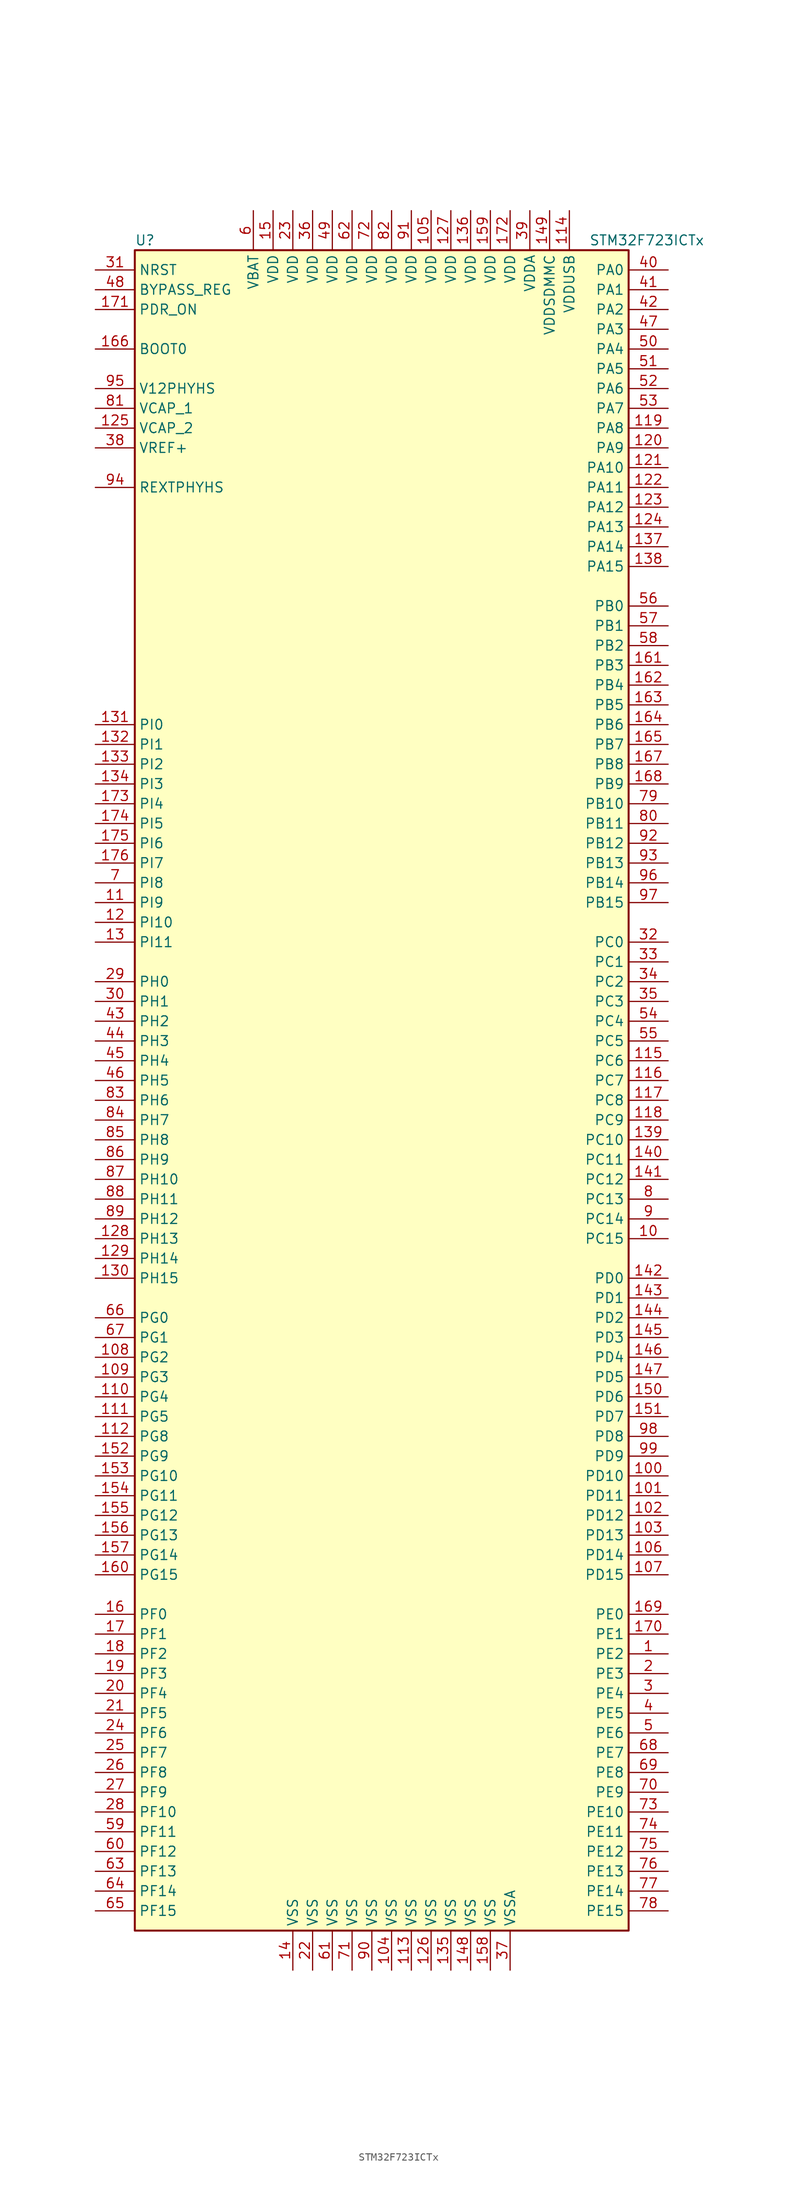
<source format=kicad_sym>
(kicad_symbol_lib
  (version 20201005)
  (generator kicad_symbol_editor)
  (symbol "MCU_ST_STM32F7:STM32F723ICTx"
    (property "Reference" "U"
      (at -33.02 107.95 0)
      (effects (font (size 1.27 1.27)) (justify left)))
    (property "Value" "STM32F723ICTx"
      (at 25.4 107.95 0)
      (effects (font (size 1.27 1.27)) (justify left)))
    (symbol "STM32F723ICTx_0_1"
      (rectangle (start -33.02 -109.22) (end 30.48 106.68) (stroke (width 0.254)) (fill (type background))))
    (symbol "STM32F723ICTx_1_1"
      (pin input line (at -38.1 93.98 0) (length 5.08) (name "BOOT0" (effects (font (size 1.27 1.27)))) (number "166" (effects (font (size 1.27 1.27)))))
      (pin input line (at -38.1 101.6 0) (length 5.08) (name "BYPASS_REG" (effects (font (size 1.27 1.27)))) (number "48" (effects (font (size 1.27 1.27)))))
      (pin input line (at -38.1 104.14 0) (length 5.08) (name "NRST" (effects (font (size 1.27 1.27)))) (number "31" (effects (font (size 1.27 1.27)))))
      (pin bidirectional line (at 35.56 104.14 180) (length 5.08) (name "PA0" (effects (font (size 1.27 1.27)))) (number "40" (effects (font (size 1.27 1.27)))))
      (pin bidirectional line (at 35.56 101.6 180) (length 5.08) (name "PA1" (effects (font (size 1.27 1.27)))) (number "41" (effects (font (size 1.27 1.27)))))
      (pin bidirectional line (at 35.56 78.74 180) (length 5.08) (name "PA10" (effects (font (size 1.27 1.27)))) (number "121" (effects (font (size 1.27 1.27)))))
      (pin bidirectional line (at 35.56 76.2 180) (length 5.08) (name "PA11" (effects (font (size 1.27 1.27)))) (number "122" (effects (font (size 1.27 1.27)))))
      (pin bidirectional line (at 35.56 73.66 180) (length 5.08) (name "PA12" (effects (font (size 1.27 1.27)))) (number "123" (effects (font (size 1.27 1.27)))))
      (pin bidirectional line (at 35.56 71.12 180) (length 5.08) (name "PA13" (effects (font (size 1.27 1.27)))) (number "124" (effects (font (size 1.27 1.27)))))
      (pin bidirectional line (at 35.56 68.58 180) (length 5.08) (name "PA14" (effects (font (size 1.27 1.27)))) (number "137" (effects (font (size 1.27 1.27)))))
      (pin bidirectional line (at 35.56 66.04 180) (length 5.08) (name "PA15" (effects (font (size 1.27 1.27)))) (number "138" (effects (font (size 1.27 1.27)))))
      (pin bidirectional line (at 35.56 99.06 180) (length 5.08) (name "PA2" (effects (font (size 1.27 1.27)))) (number "42" (effects (font (size 1.27 1.27)))))
      (pin bidirectional line (at 35.56 96.52 180) (length 5.08) (name "PA3" (effects (font (size 1.27 1.27)))) (number "47" (effects (font (size 1.27 1.27)))))
      (pin bidirectional line (at 35.56 93.98 180) (length 5.08) (name "PA4" (effects (font (size 1.27 1.27)))) (number "50" (effects (font (size 1.27 1.27)))))
      (pin bidirectional line (at 35.56 91.44 180) (length 5.08) (name "PA5" (effects (font (size 1.27 1.27)))) (number "51" (effects (font (size 1.27 1.27)))))
      (pin bidirectional line (at 35.56 88.9 180) (length 5.08) (name "PA6" (effects (font (size 1.27 1.27)))) (number "52" (effects (font (size 1.27 1.27)))))
      (pin bidirectional line (at 35.56 86.36 180) (length 5.08) (name "PA7" (effects (font (size 1.27 1.27)))) (number "53" (effects (font (size 1.27 1.27)))))
      (pin bidirectional line (at 35.56 83.82 180) (length 5.08) (name "PA8" (effects (font (size 1.27 1.27)))) (number "119" (effects (font (size 1.27 1.27)))))
      (pin bidirectional line (at 35.56 81.28 180) (length 5.08) (name "PA9" (effects (font (size 1.27 1.27)))) (number "120" (effects (font (size 1.27 1.27)))))
      (pin bidirectional line (at 35.56 60.96 180) (length 5.08) (name "PB0" (effects (font (size 1.27 1.27)))) (number "56" (effects (font (size 1.27 1.27)))))
      (pin bidirectional line (at 35.56 58.42 180) (length 5.08) (name "PB1" (effects (font (size 1.27 1.27)))) (number "57" (effects (font (size 1.27 1.27)))))
      (pin bidirectional line (at 35.56 35.56 180) (length 5.08) (name "PB10" (effects (font (size 1.27 1.27)))) (number "79" (effects (font (size 1.27 1.27)))))
      (pin bidirectional line (at 35.56 33.02 180) (length 5.08) (name "PB11" (effects (font (size 1.27 1.27)))) (number "80" (effects (font (size 1.27 1.27)))))
      (pin bidirectional line (at 35.56 30.48 180) (length 5.08) (name "PB12" (effects (font (size 1.27 1.27)))) (number "92" (effects (font (size 1.27 1.27)))))
      (pin bidirectional line (at 35.56 27.94 180) (length 5.08) (name "PB13" (effects (font (size 1.27 1.27)))) (number "93" (effects (font (size 1.27 1.27)))))
      (pin bidirectional line (at 35.56 25.4 180) (length 5.08) (name "PB14" (effects (font (size 1.27 1.27)))) (number "96" (effects (font (size 1.27 1.27)))))
      (pin bidirectional line (at 35.56 22.86 180) (length 5.08) (name "PB15" (effects (font (size 1.27 1.27)))) (number "97" (effects (font (size 1.27 1.27)))))
      (pin bidirectional line (at 35.56 55.88 180) (length 5.08) (name "PB2" (effects (font (size 1.27 1.27)))) (number "58" (effects (font (size 1.27 1.27)))))
      (pin bidirectional line (at 35.56 53.34 180) (length 5.08) (name "PB3" (effects (font (size 1.27 1.27)))) (number "161" (effects (font (size 1.27 1.27)))))
      (pin bidirectional line (at 35.56 50.8 180) (length 5.08) (name "PB4" (effects (font (size 1.27 1.27)))) (number "162" (effects (font (size 1.27 1.27)))))
      (pin bidirectional line (at 35.56 48.26 180) (length 5.08) (name "PB5" (effects (font (size 1.27 1.27)))) (number "163" (effects (font (size 1.27 1.27)))))
      (pin bidirectional line (at 35.56 45.72 180) (length 5.08) (name "PB6" (effects (font (size 1.27 1.27)))) (number "164" (effects (font (size 1.27 1.27)))))
      (pin bidirectional line (at 35.56 43.18 180) (length 5.08) (name "PB7" (effects (font (size 1.27 1.27)))) (number "165" (effects (font (size 1.27 1.27)))))
      (pin bidirectional line (at 35.56 40.64 180) (length 5.08) (name "PB8" (effects (font (size 1.27 1.27)))) (number "167" (effects (font (size 1.27 1.27)))))
      (pin bidirectional line (at 35.56 38.1 180) (length 5.08) (name "PB9" (effects (font (size 1.27 1.27)))) (number "168" (effects (font (size 1.27 1.27)))))
      (pin bidirectional line (at 35.56 17.78 180) (length 5.08) (name "PC0" (effects (font (size 1.27 1.27)))) (number "32" (effects (font (size 1.27 1.27)))))
      (pin bidirectional line (at 35.56 15.24 180) (length 5.08) (name "PC1" (effects (font (size 1.27 1.27)))) (number "33" (effects (font (size 1.27 1.27)))))
      (pin bidirectional line (at 35.56 -7.62 180) (length 5.08) (name "PC10" (effects (font (size 1.27 1.27)))) (number "139" (effects (font (size 1.27 1.27)))))
      (pin bidirectional line (at 35.56 -10.16 180) (length 5.08) (name "PC11" (effects (font (size 1.27 1.27)))) (number "140" (effects (font (size 1.27 1.27)))))
      (pin bidirectional line (at 35.56 -12.7 180) (length 5.08) (name "PC12" (effects (font (size 1.27 1.27)))) (number "141" (effects (font (size 1.27 1.27)))))
      (pin bidirectional line (at 35.56 -15.24 180) (length 5.08) (name "PC13" (effects (font (size 1.27 1.27)))) (number "8" (effects (font (size 1.27 1.27)))))
      (pin bidirectional line (at 35.56 -17.78 180) (length 5.08) (name "PC14" (effects (font (size 1.27 1.27)))) (number "9" (effects (font (size 1.27 1.27)))))
      (pin bidirectional line (at 35.56 -20.32 180) (length 5.08) (name "PC15" (effects (font (size 1.27 1.27)))) (number "10" (effects (font (size 1.27 1.27)))))
      (pin bidirectional line (at 35.56 12.7 180) (length 5.08) (name "PC2" (effects (font (size 1.27 1.27)))) (number "34" (effects (font (size 1.27 1.27)))))
      (pin bidirectional line (at 35.56 10.16 180) (length 5.08) (name "PC3" (effects (font (size 1.27 1.27)))) (number "35" (effects (font (size 1.27 1.27)))))
      (pin bidirectional line (at 35.56 7.62 180) (length 5.08) (name "PC4" (effects (font (size 1.27 1.27)))) (number "54" (effects (font (size 1.27 1.27)))))
      (pin bidirectional line (at 35.56 5.08 180) (length 5.08) (name "PC5" (effects (font (size 1.27 1.27)))) (number "55" (effects (font (size 1.27 1.27)))))
      (pin bidirectional line (at 35.56 2.54 180) (length 5.08) (name "PC6" (effects (font (size 1.27 1.27)))) (number "115" (effects (font (size 1.27 1.27)))))
      (pin bidirectional line (at 35.56 0 180) (length 5.08) (name "PC7" (effects (font (size 1.27 1.27)))) (number "116" (effects (font (size 1.27 1.27)))))
      (pin bidirectional line (at 35.56 -2.54 180) (length 5.08) (name "PC8" (effects (font (size 1.27 1.27)))) (number "117" (effects (font (size 1.27 1.27)))))
      (pin bidirectional line (at 35.56 -5.08 180) (length 5.08) (name "PC9" (effects (font (size 1.27 1.27)))) (number "118" (effects (font (size 1.27 1.27)))))
      (pin bidirectional line (at 35.56 -25.4 180) (length 5.08) (name "PD0" (effects (font (size 1.27 1.27)))) (number "142" (effects (font (size 1.27 1.27)))))
      (pin bidirectional line (at 35.56 -27.94 180) (length 5.08) (name "PD1" (effects (font (size 1.27 1.27)))) (number "143" (effects (font (size 1.27 1.27)))))
      (pin bidirectional line (at 35.56 -50.8 180) (length 5.08) (name "PD10" (effects (font (size 1.27 1.27)))) (number "100" (effects (font (size 1.27 1.27)))))
      (pin bidirectional line (at 35.56 -53.34 180) (length 5.08) (name "PD11" (effects (font (size 1.27 1.27)))) (number "101" (effects (font (size 1.27 1.27)))))
      (pin bidirectional line (at 35.56 -55.88 180) (length 5.08) (name "PD12" (effects (font (size 1.27 1.27)))) (number "102" (effects (font (size 1.27 1.27)))))
      (pin bidirectional line (at 35.56 -58.42 180) (length 5.08) (name "PD13" (effects (font (size 1.27 1.27)))) (number "103" (effects (font (size 1.27 1.27)))))
      (pin bidirectional line (at 35.56 -60.96 180) (length 5.08) (name "PD14" (effects (font (size 1.27 1.27)))) (number "106" (effects (font (size 1.27 1.27)))))
      (pin bidirectional line (at 35.56 -63.5 180) (length 5.08) (name "PD15" (effects (font (size 1.27 1.27)))) (number "107" (effects (font (size 1.27 1.27)))))
      (pin bidirectional line (at 35.56 -30.48 180) (length 5.08) (name "PD2" (effects (font (size 1.27 1.27)))) (number "144" (effects (font (size 1.27 1.27)))))
      (pin bidirectional line (at 35.56 -33.02 180) (length 5.08) (name "PD3" (effects (font (size 1.27 1.27)))) (number "145" (effects (font (size 1.27 1.27)))))
      (pin bidirectional line (at 35.56 -35.56 180) (length 5.08) (name "PD4" (effects (font (size 1.27 1.27)))) (number "146" (effects (font (size 1.27 1.27)))))
      (pin bidirectional line (at 35.56 -38.1 180) (length 5.08) (name "PD5" (effects (font (size 1.27 1.27)))) (number "147" (effects (font (size 1.27 1.27)))))
      (pin bidirectional line (at 35.56 -40.64 180) (length 5.08) (name "PD6" (effects (font (size 1.27 1.27)))) (number "150" (effects (font (size 1.27 1.27)))))
      (pin bidirectional line (at 35.56 -43.18 180) (length 5.08) (name "PD7" (effects (font (size 1.27 1.27)))) (number "151" (effects (font (size 1.27 1.27)))))
      (pin bidirectional line (at 35.56 -45.72 180) (length 5.08) (name "PD8" (effects (font (size 1.27 1.27)))) (number "98" (effects (font (size 1.27 1.27)))))
      (pin bidirectional line (at 35.56 -48.26 180) (length 5.08) (name "PD9" (effects (font (size 1.27 1.27)))) (number "99" (effects (font (size 1.27 1.27)))))
      (pin input line (at -38.1 99.06 0) (length 5.08) (name "PDR_ON" (effects (font (size 1.27 1.27)))) (number "171" (effects (font (size 1.27 1.27)))))
      (pin bidirectional line (at 35.56 -68.58 180) (length 5.08) (name "PE0" (effects (font (size 1.27 1.27)))) (number "169" (effects (font (size 1.27 1.27)))))
      (pin bidirectional line (at 35.56 -71.12 180) (length 5.08) (name "PE1" (effects (font (size 1.27 1.27)))) (number "170" (effects (font (size 1.27 1.27)))))
      (pin bidirectional line (at 35.56 -93.98 180) (length 5.08) (name "PE10" (effects (font (size 1.27 1.27)))) (number "73" (effects (font (size 1.27 1.27)))))
      (pin bidirectional line (at 35.56 -96.52 180) (length 5.08) (name "PE11" (effects (font (size 1.27 1.27)))) (number "74" (effects (font (size 1.27 1.27)))))
      (pin bidirectional line (at 35.56 -99.06 180) (length 5.08) (name "PE12" (effects (font (size 1.27 1.27)))) (number "75" (effects (font (size 1.27 1.27)))))
      (pin bidirectional line (at 35.56 -101.6 180) (length 5.08) (name "PE13" (effects (font (size 1.27 1.27)))) (number "76" (effects (font (size 1.27 1.27)))))
      (pin bidirectional line (at 35.56 -104.14 180) (length 5.08) (name "PE14" (effects (font (size 1.27 1.27)))) (number "77" (effects (font (size 1.27 1.27)))))
      (pin bidirectional line (at 35.56 -106.68 180) (length 5.08) (name "PE15" (effects (font (size 1.27 1.27)))) (number "78" (effects (font (size 1.27 1.27)))))
      (pin bidirectional line (at 35.56 -73.66 180) (length 5.08) (name "PE2" (effects (font (size 1.27 1.27)))) (number "1" (effects (font (size 1.27 1.27)))))
      (pin bidirectional line (at 35.56 -76.2 180) (length 5.08) (name "PE3" (effects (font (size 1.27 1.27)))) (number "2" (effects (font (size 1.27 1.27)))))
      (pin bidirectional line (at 35.56 -78.74 180) (length 5.08) (name "PE4" (effects (font (size 1.27 1.27)))) (number "3" (effects (font (size 1.27 1.27)))))
      (pin bidirectional line (at 35.56 -81.28 180) (length 5.08) (name "PE5" (effects (font (size 1.27 1.27)))) (number "4" (effects (font (size 1.27 1.27)))))
      (pin bidirectional line (at 35.56 -83.82 180) (length 5.08) (name "PE6" (effects (font (size 1.27 1.27)))) (number "5" (effects (font (size 1.27 1.27)))))
      (pin bidirectional line (at 35.56 -86.36 180) (length 5.08) (name "PE7" (effects (font (size 1.27 1.27)))) (number "68" (effects (font (size 1.27 1.27)))))
      (pin bidirectional line (at 35.56 -88.9 180) (length 5.08) (name "PE8" (effects (font (size 1.27 1.27)))) (number "69" (effects (font (size 1.27 1.27)))))
      (pin bidirectional line (at 35.56 -91.44 180) (length 5.08) (name "PE9" (effects (font (size 1.27 1.27)))) (number "70" (effects (font (size 1.27 1.27)))))
      (pin bidirectional line (at -38.1 -68.58 0) (length 5.08) (name "PF0" (effects (font (size 1.27 1.27)))) (number "16" (effects (font (size 1.27 1.27)))))
      (pin bidirectional line (at -38.1 -71.12 0) (length 5.08) (name "PF1" (effects (font (size 1.27 1.27)))) (number "17" (effects (font (size 1.27 1.27)))))
      (pin bidirectional line (at -38.1 -93.98 0) (length 5.08) (name "PF10" (effects (font (size 1.27 1.27)))) (number "28" (effects (font (size 1.27 1.27)))))
      (pin bidirectional line (at -38.1 -96.52 0) (length 5.08) (name "PF11" (effects (font (size 1.27 1.27)))) (number "59" (effects (font (size 1.27 1.27)))))
      (pin bidirectional line (at -38.1 -99.06 0) (length 5.08) (name "PF12" (effects (font (size 1.27 1.27)))) (number "60" (effects (font (size 1.27 1.27)))))
      (pin bidirectional line (at -38.1 -101.6 0) (length 5.08) (name "PF13" (effects (font (size 1.27 1.27)))) (number "63" (effects (font (size 1.27 1.27)))))
      (pin bidirectional line (at -38.1 -104.14 0) (length 5.08) (name "PF14" (effects (font (size 1.27 1.27)))) (number "64" (effects (font (size 1.27 1.27)))))
      (pin bidirectional line (at -38.1 -106.68 0) (length 5.08) (name "PF15" (effects (font (size 1.27 1.27)))) (number "65" (effects (font (size 1.27 1.27)))))
      (pin bidirectional line (at -38.1 -73.66 0) (length 5.08) (name "PF2" (effects (font (size 1.27 1.27)))) (number "18" (effects (font (size 1.27 1.27)))))
      (pin bidirectional line (at -38.1 -76.2 0) (length 5.08) (name "PF3" (effects (font (size 1.27 1.27)))) (number "19" (effects (font (size 1.27 1.27)))))
      (pin bidirectional line (at -38.1 -78.74 0) (length 5.08) (name "PF4" (effects (font (size 1.27 1.27)))) (number "20" (effects (font (size 1.27 1.27)))))
      (pin bidirectional line (at -38.1 -81.28 0) (length 5.08) (name "PF5" (effects (font (size 1.27 1.27)))) (number "21" (effects (font (size 1.27 1.27)))))
      (pin bidirectional line (at -38.1 -83.82 0) (length 5.08) (name "PF6" (effects (font (size 1.27 1.27)))) (number "24" (effects (font (size 1.27 1.27)))))
      (pin bidirectional line (at -38.1 -86.36 0) (length 5.08) (name "PF7" (effects (font (size 1.27 1.27)))) (number "25" (effects (font (size 1.27 1.27)))))
      (pin bidirectional line (at -38.1 -88.9 0) (length 5.08) (name "PF8" (effects (font (size 1.27 1.27)))) (number "26" (effects (font (size 1.27 1.27)))))
      (pin bidirectional line (at -38.1 -91.44 0) (length 5.08) (name "PF9" (effects (font (size 1.27 1.27)))) (number "27" (effects (font (size 1.27 1.27)))))
      (pin bidirectional line (at -38.1 -30.48 0) (length 5.08) (name "PG0" (effects (font (size 1.27 1.27)))) (number "66" (effects (font (size 1.27 1.27)))))
      (pin bidirectional line (at -38.1 -33.02 0) (length 5.08) (name "PG1" (effects (font (size 1.27 1.27)))) (number "67" (effects (font (size 1.27 1.27)))))
      (pin bidirectional line (at -38.1 -50.8 0) (length 5.08) (name "PG10" (effects (font (size 1.27 1.27)))) (number "153" (effects (font (size 1.27 1.27)))))
      (pin bidirectional line (at -38.1 -53.34 0) (length 5.08) (name "PG11" (effects (font (size 1.27 1.27)))) (number "154" (effects (font (size 1.27 1.27)))))
      (pin bidirectional line (at -38.1 -55.88 0) (length 5.08) (name "PG12" (effects (font (size 1.27 1.27)))) (number "155" (effects (font (size 1.27 1.27)))))
      (pin bidirectional line (at -38.1 -58.42 0) (length 5.08) (name "PG13" (effects (font (size 1.27 1.27)))) (number "156" (effects (font (size 1.27 1.27)))))
      (pin bidirectional line (at -38.1 -60.96 0) (length 5.08) (name "PG14" (effects (font (size 1.27 1.27)))) (number "157" (effects (font (size 1.27 1.27)))))
      (pin bidirectional line (at -38.1 -63.5 0) (length 5.08) (name "PG15" (effects (font (size 1.27 1.27)))) (number "160" (effects (font (size 1.27 1.27)))))
      (pin bidirectional line (at -38.1 -35.56 0) (length 5.08) (name "PG2" (effects (font (size 1.27 1.27)))) (number "108" (effects (font (size 1.27 1.27)))))
      (pin bidirectional line (at -38.1 -38.1 0) (length 5.08) (name "PG3" (effects (font (size 1.27 1.27)))) (number "109" (effects (font (size 1.27 1.27)))))
      (pin bidirectional line (at -38.1 -40.64 0) (length 5.08) (name "PG4" (effects (font (size 1.27 1.27)))) (number "110" (effects (font (size 1.27 1.27)))))
      (pin bidirectional line (at -38.1 -43.18 0) (length 5.08) (name "PG5" (effects (font (size 1.27 1.27)))) (number "111" (effects (font (size 1.27 1.27)))))
      (pin bidirectional line (at -38.1 -45.72 0) (length 5.08) (name "PG8" (effects (font (size 1.27 1.27)))) (number "112" (effects (font (size 1.27 1.27)))))
      (pin bidirectional line (at -38.1 -48.26 0) (length 5.08) (name "PG9" (effects (font (size 1.27 1.27)))) (number "152" (effects (font (size 1.27 1.27)))))
      (pin input line (at -38.1 12.7 0) (length 5.08) (name "PH0" (effects (font (size 1.27 1.27)))) (number "29" (effects (font (size 1.27 1.27)))))
      (pin input line (at -38.1 10.16 0) (length 5.08) (name "PH1" (effects (font (size 1.27 1.27)))) (number "30" (effects (font (size 1.27 1.27)))))
      (pin bidirectional line (at -38.1 -12.7 0) (length 5.08) (name "PH10" (effects (font (size 1.27 1.27)))) (number "87" (effects (font (size 1.27 1.27)))))
      (pin bidirectional line (at -38.1 -15.24 0) (length 5.08) (name "PH11" (effects (font (size 1.27 1.27)))) (number "88" (effects (font (size 1.27 1.27)))))
      (pin bidirectional line (at -38.1 -17.78 0) (length 5.08) (name "PH12" (effects (font (size 1.27 1.27)))) (number "89" (effects (font (size 1.27 1.27)))))
      (pin bidirectional line (at -38.1 -20.32 0) (length 5.08) (name "PH13" (effects (font (size 1.27 1.27)))) (number "128" (effects (font (size 1.27 1.27)))))
      (pin bidirectional line (at -38.1 -22.86 0) (length 5.08) (name "PH14" (effects (font (size 1.27 1.27)))) (number "129" (effects (font (size 1.27 1.27)))))
      (pin bidirectional line (at -38.1 -25.4 0) (length 5.08) (name "PH15" (effects (font (size 1.27 1.27)))) (number "130" (effects (font (size 1.27 1.27)))))
      (pin bidirectional line (at -38.1 7.62 0) (length 5.08) (name "PH2" (effects (font (size 1.27 1.27)))) (number "43" (effects (font (size 1.27 1.27)))))
      (pin bidirectional line (at -38.1 5.08 0) (length 5.08) (name "PH3" (effects (font (size 1.27 1.27)))) (number "44" (effects (font (size 1.27 1.27)))))
      (pin bidirectional line (at -38.1 2.54 0) (length 5.08) (name "PH4" (effects (font (size 1.27 1.27)))) (number "45" (effects (font (size 1.27 1.27)))))
      (pin bidirectional line (at -38.1 0 0) (length 5.08) (name "PH5" (effects (font (size 1.27 1.27)))) (number "46" (effects (font (size 1.27 1.27)))))
      (pin bidirectional line (at -38.1 -2.54 0) (length 5.08) (name "PH6" (effects (font (size 1.27 1.27)))) (number "83" (effects (font (size 1.27 1.27)))))
      (pin bidirectional line (at -38.1 -5.08 0) (length 5.08) (name "PH7" (effects (font (size 1.27 1.27)))) (number "84" (effects (font (size 1.27 1.27)))))
      (pin bidirectional line (at -38.1 -7.62 0) (length 5.08) (name "PH8" (effects (font (size 1.27 1.27)))) (number "85" (effects (font (size 1.27 1.27)))))
      (pin bidirectional line (at -38.1 -10.16 0) (length 5.08) (name "PH9" (effects (font (size 1.27 1.27)))) (number "86" (effects (font (size 1.27 1.27)))))
      (pin bidirectional line (at -38.1 45.72 0) (length 5.08) (name "PI0" (effects (font (size 1.27 1.27)))) (number "131" (effects (font (size 1.27 1.27)))))
      (pin bidirectional line (at -38.1 43.18 0) (length 5.08) (name "PI1" (effects (font (size 1.27 1.27)))) (number "132" (effects (font (size 1.27 1.27)))))
      (pin bidirectional line (at -38.1 20.32 0) (length 5.08) (name "PI10" (effects (font (size 1.27 1.27)))) (number "12" (effects (font (size 1.27 1.27)))))
      (pin bidirectional line (at -38.1 17.78 0) (length 5.08) (name "PI11" (effects (font (size 1.27 1.27)))) (number "13" (effects (font (size 1.27 1.27)))))
      (pin bidirectional line (at -38.1 40.64 0) (length 5.08) (name "PI2" (effects (font (size 1.27 1.27)))) (number "133" (effects (font (size 1.27 1.27)))))
      (pin bidirectional line (at -38.1 38.1 0) (length 5.08) (name "PI3" (effects (font (size 1.27 1.27)))) (number "134" (effects (font (size 1.27 1.27)))))
      (pin bidirectional line (at -38.1 35.56 0) (length 5.08) (name "PI4" (effects (font (size 1.27 1.27)))) (number "173" (effects (font (size 1.27 1.27)))))
      (pin bidirectional line (at -38.1 33.02 0) (length 5.08) (name "PI5" (effects (font (size 1.27 1.27)))) (number "174" (effects (font (size 1.27 1.27)))))
      (pin bidirectional line (at -38.1 30.48 0) (length 5.08) (name "PI6" (effects (font (size 1.27 1.27)))) (number "175" (effects (font (size 1.27 1.27)))))
      (pin bidirectional line (at -38.1 27.94 0) (length 5.08) (name "PI7" (effects (font (size 1.27 1.27)))) (number "176" (effects (font (size 1.27 1.27)))))
      (pin bidirectional line (at -38.1 25.4 0) (length 5.08) (name "PI8" (effects (font (size 1.27 1.27)))) (number "7" (effects (font (size 1.27 1.27)))))
      (pin bidirectional line (at -38.1 22.86 0) (length 5.08) (name "PI9" (effects (font (size 1.27 1.27)))) (number "11" (effects (font (size 1.27 1.27)))))
      (pin bidirectional line (at -38.1 76.2 0) (length 5.08) (name "REXTPHYHS" (effects (font (size 1.27 1.27)))) (number "94" (effects (font (size 1.27 1.27)))))
      (pin power_in line (at -38.1 88.9 0) (length 5.08) (name "V12PHYHS" (effects (font (size 1.27 1.27)))) (number "95" (effects (font (size 1.27 1.27)))))
      (pin power_in line (at -17.78 111.76 270) (length 5.08) (name "VBAT" (effects (font (size 1.27 1.27)))) (number "6" (effects (font (size 1.27 1.27)))))
      (pin power_in line (at -38.1 86.36 0) (length 5.08) (name "VCAP_1" (effects (font (size 1.27 1.27)))) (number "81" (effects (font (size 1.27 1.27)))))
      (pin power_in line (at -38.1 83.82 0) (length 5.08) (name "VCAP_2" (effects (font (size 1.27 1.27)))) (number "125" (effects (font (size 1.27 1.27)))))
      (pin power_in line (at 5.08 111.76 270) (length 5.08) (name "VDD" (effects (font (size 1.27 1.27)))) (number "105" (effects (font (size 1.27 1.27)))))
      (pin power_in line (at 7.62 111.76 270) (length 5.08) (name "VDD" (effects (font (size 1.27 1.27)))) (number "127" (effects (font (size 1.27 1.27)))))
      (pin power_in line (at 10.16 111.76 270) (length 5.08) (name "VDD" (effects (font (size 1.27 1.27)))) (number "136" (effects (font (size 1.27 1.27)))))
      (pin power_in line (at -15.24 111.76 270) (length 5.08) (name "VDD" (effects (font (size 1.27 1.27)))) (number "15" (effects (font (size 1.27 1.27)))))
      (pin power_in line (at 12.7 111.76 270) (length 5.08) (name "VDD" (effects (font (size 1.27 1.27)))) (number "159" (effects (font (size 1.27 1.27)))))
      (pin power_in line (at 15.24 111.76 270) (length 5.08) (name "VDD" (effects (font (size 1.27 1.27)))) (number "172" (effects (font (size 1.27 1.27)))))
      (pin power_in line (at -12.7 111.76 270) (length 5.08) (name "VDD" (effects (font (size 1.27 1.27)))) (number "23" (effects (font (size 1.27 1.27)))))
      (pin power_in line (at -10.16 111.76 270) (length 5.08) (name "VDD" (effects (font (size 1.27 1.27)))) (number "36" (effects (font (size 1.27 1.27)))))
      (pin power_in line (at -7.62 111.76 270) (length 5.08) (name "VDD" (effects (font (size 1.27 1.27)))) (number "49" (effects (font (size 1.27 1.27)))))
      (pin power_in line (at -5.08 111.76 270) (length 5.08) (name "VDD" (effects (font (size 1.27 1.27)))) (number "62" (effects (font (size 1.27 1.27)))))
      (pin power_in line (at -2.54 111.76 270) (length 5.08) (name "VDD" (effects (font (size 1.27 1.27)))) (number "72" (effects (font (size 1.27 1.27)))))
      (pin power_in line (at 0 111.76 270) (length 5.08) (name "VDD" (effects (font (size 1.27 1.27)))) (number "82" (effects (font (size 1.27 1.27)))))
      (pin power_in line (at 2.54 111.76 270) (length 5.08) (name "VDD" (effects (font (size 1.27 1.27)))) (number "91" (effects (font (size 1.27 1.27)))))
      (pin power_in line (at 17.78 111.76 270) (length 5.08) (name "VDDA" (effects (font (size 1.27 1.27)))) (number "39" (effects (font (size 1.27 1.27)))))
      (pin power_in line (at 20.32 111.76 270) (length 5.08) (name "VDDSDMMC" (effects (font (size 1.27 1.27)))) (number "149" (effects (font (size 1.27 1.27)))))
      (pin power_in line (at 22.86 111.76 270) (length 5.08) (name "VDDUSB" (effects (font (size 1.27 1.27)))) (number "114" (effects (font (size 1.27 1.27)))))
      (pin power_in line (at -38.1 81.28 0) (length 5.08) (name "VREF+" (effects (font (size 1.27 1.27)))) (number "38" (effects (font (size 1.27 1.27)))))
      (pin power_in line (at 0 -114.3 90) (length 5.08) (name "VSS" (effects (font (size 1.27 1.27)))) (number "104" (effects (font (size 1.27 1.27)))))
      (pin power_in line (at 2.54 -114.3 90) (length 5.08) (name "VSS" (effects (font (size 1.27 1.27)))) (number "113" (effects (font (size 1.27 1.27)))))
      (pin power_in line (at 5.08 -114.3 90) (length 5.08) (name "VSS" (effects (font (size 1.27 1.27)))) (number "126" (effects (font (size 1.27 1.27)))))
      (pin power_in line (at 7.62 -114.3 90) (length 5.08) (name "VSS" (effects (font (size 1.27 1.27)))) (number "135" (effects (font (size 1.27 1.27)))))
      (pin power_in line (at -12.7 -114.3 90) (length 5.08) (name "VSS" (effects (font (size 1.27 1.27)))) (number "14" (effects (font (size 1.27 1.27)))))
      (pin power_in line (at 10.16 -114.3 90) (length 5.08) (name "VSS" (effects (font (size 1.27 1.27)))) (number "148" (effects (font (size 1.27 1.27)))))
      (pin power_in line (at 12.7 -114.3 90) (length 5.08) (name "VSS" (effects (font (size 1.27 1.27)))) (number "158" (effects (font (size 1.27 1.27)))))
      (pin power_in line (at -10.16 -114.3 90) (length 5.08) (name "VSS" (effects (font (size 1.27 1.27)))) (number "22" (effects (font (size 1.27 1.27)))))
      (pin power_in line (at -7.62 -114.3 90) (length 5.08) (name "VSS" (effects (font (size 1.27 1.27)))) (number "61" (effects (font (size 1.27 1.27)))))
      (pin power_in line (at -5.08 -114.3 90) (length 5.08) (name "VSS" (effects (font (size 1.27 1.27)))) (number "71" (effects (font (size 1.27 1.27)))))
      (pin power_in line (at -2.54 -114.3 90) (length 5.08) (name "VSS" (effects (font (size 1.27 1.27)))) (number "90" (effects (font (size 1.27 1.27)))))
      (pin power_in line (at 15.24 -114.3 90) (length 5.08) (name "VSSA" (effects (font (size 1.27 1.27)))) (number "37" (effects (font (size 1.27 1.27))))))))
</source>
